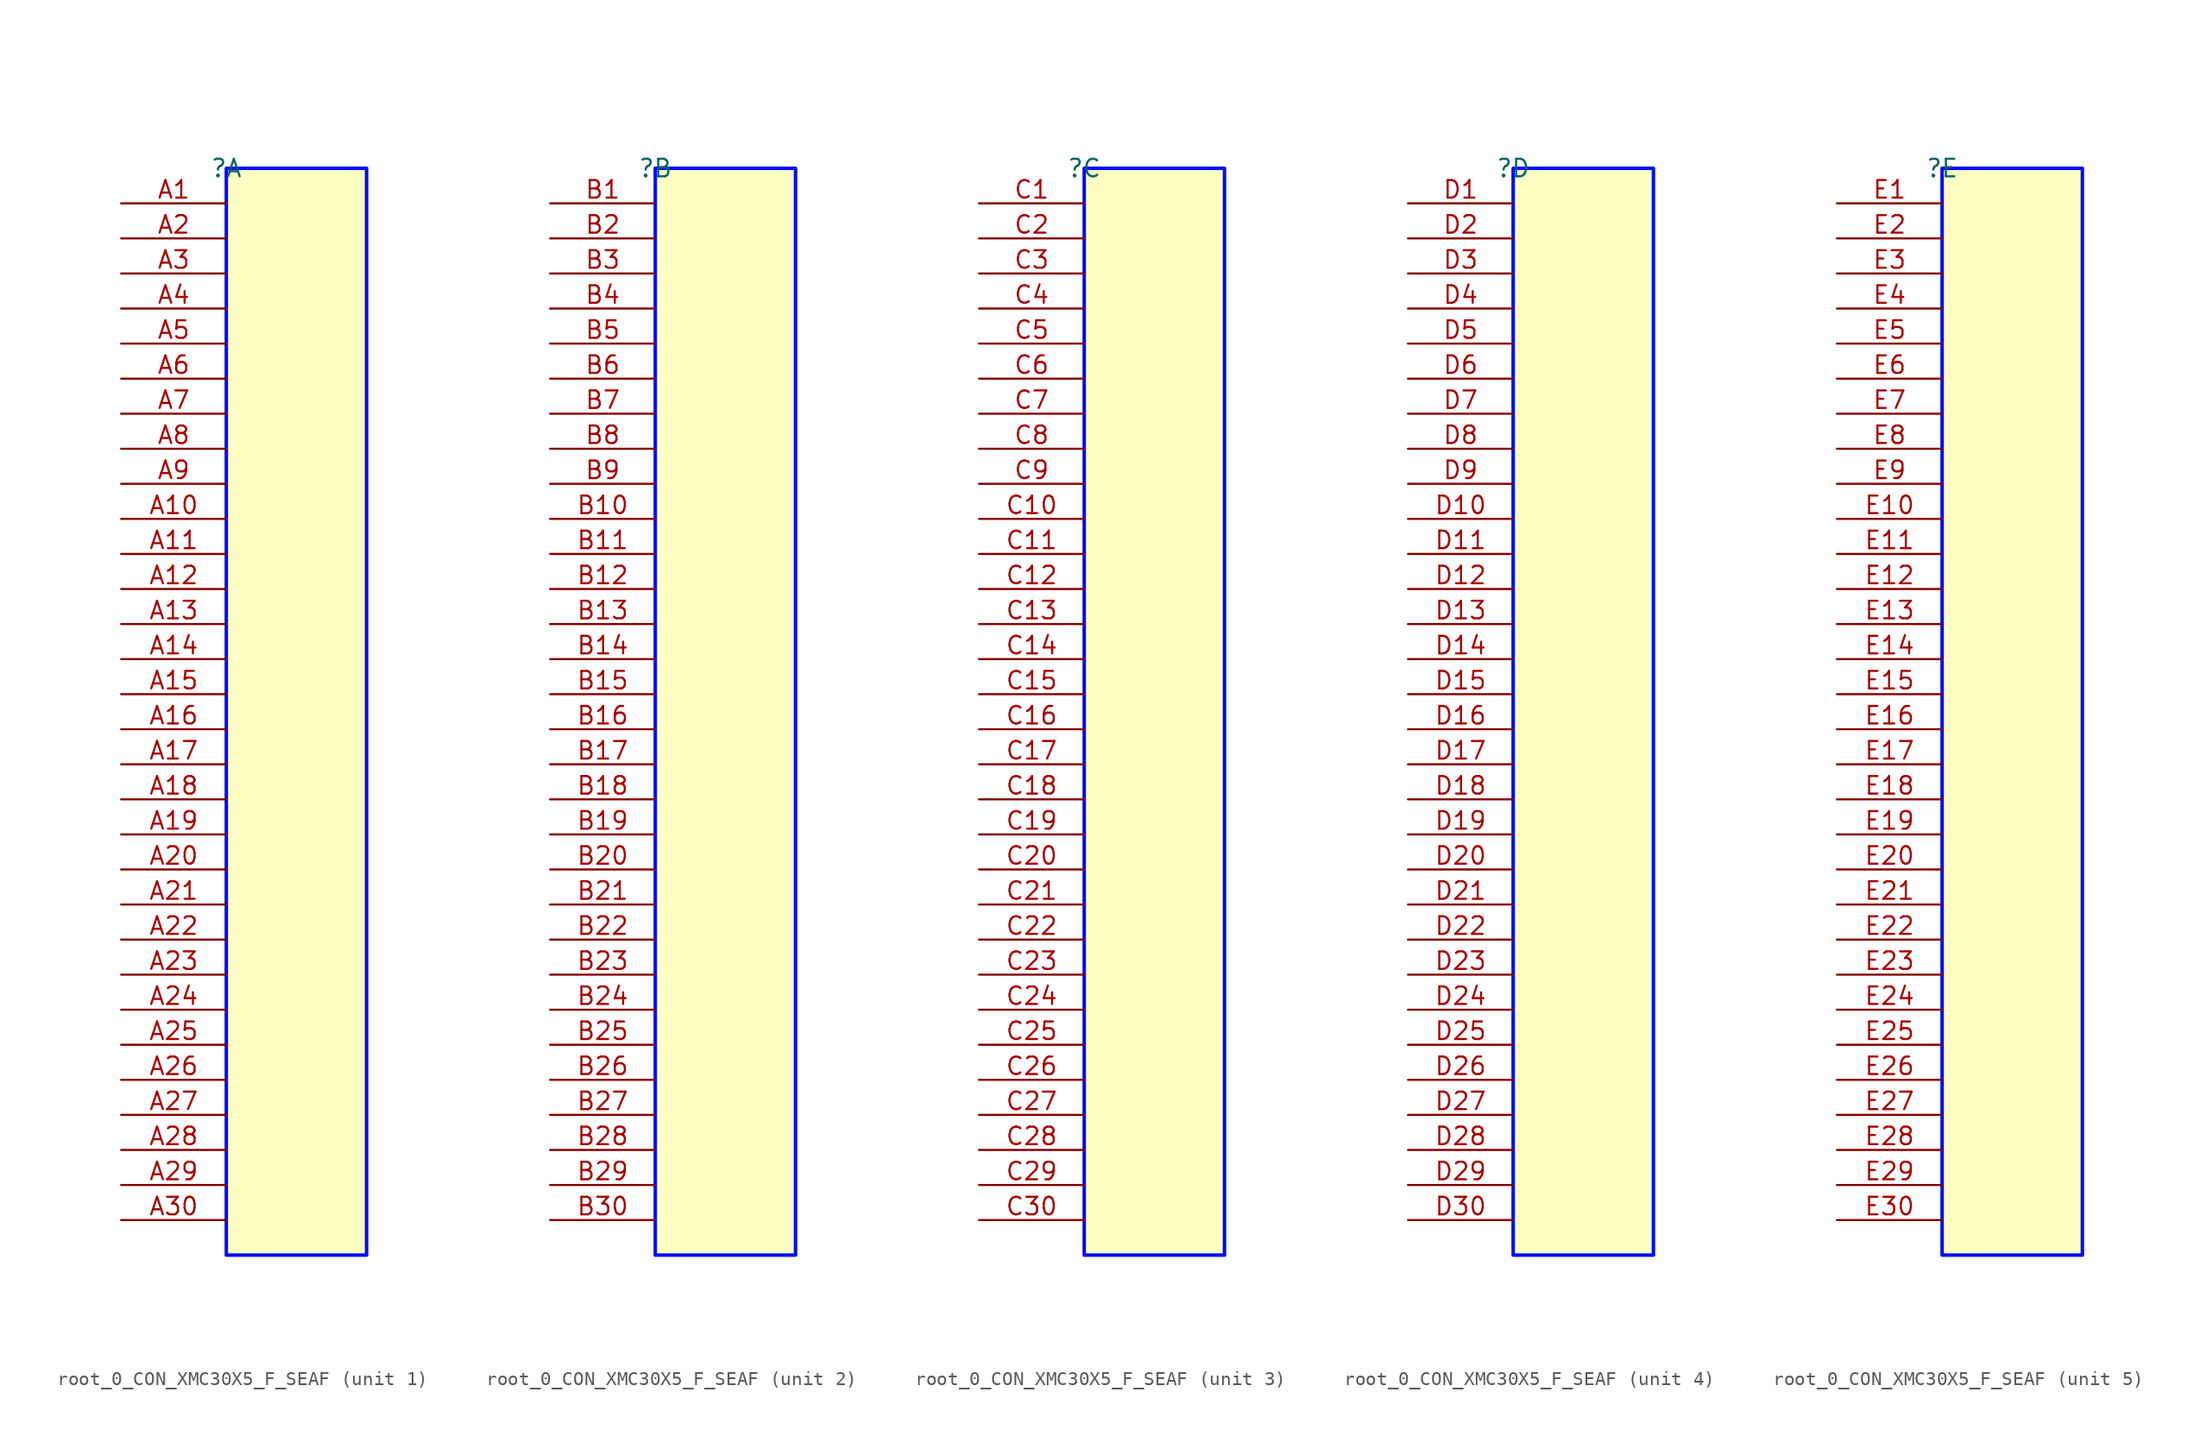
<source format=kicad_sym>
(kicad_symbol_lib
  (version 20231120)
  (generator "kicad_symbol_editor")
  (generator_version "8.0")
  (symbol "root_0_CON_XMC30X5_F_SEAF"
    (property "Reference" ""
      (at 0 0 0)
      (effects (font (size 1.27 1.27))))
    (property "Value" ""
      (at 0 0 0)
      (effects (font (size 1.27 1.27))))
    (symbol "root_0_CON_XMC30X5_F_SEAF_1_0"
      (rectangle (start 10.16 0) (end 0 -78.74) (stroke (width 0.254) (type solid) (color 0 11 255 1)) (fill (type background)))
      (pin passive line (at -7.62 -2.54 0) (length 7.62) (name "A1" (effects (font (size 0 0)))) (number "A1" (effects (font (size 1.27 1.27)))))
      (pin passive line (at -7.62 -25.4 0) (length 7.62) (name "A10" (effects (font (size 0 0)))) (number "A10" (effects (font (size 1.27 1.27)))))
      (pin passive line (at -7.62 -27.94 0) (length 7.62) (name "A11" (effects (font (size 0 0)))) (number "A11" (effects (font (size 1.27 1.27)))))
      (pin passive line (at -7.62 -30.48 0) (length 7.62) (name "A12" (effects (font (size 0 0)))) (number "A12" (effects (font (size 1.27 1.27)))))
      (pin passive line (at -7.62 -33.02 0) (length 7.62) (name "A13" (effects (font (size 0 0)))) (number "A13" (effects (font (size 1.27 1.27)))))
      (pin passive line (at -7.62 -35.56 0) (length 7.62) (name "A14" (effects (font (size 0 0)))) (number "A14" (effects (font (size 1.27 1.27)))))
      (pin passive line (at -7.62 -38.1 0) (length 7.62) (name "A15" (effects (font (size 0 0)))) (number "A15" (effects (font (size 1.27 1.27)))))
      (pin passive line (at -7.62 -40.64 0) (length 7.62) (name "A16" (effects (font (size 0 0)))) (number "A16" (effects (font (size 1.27 1.27)))))
      (pin passive line (at -7.62 -43.18 0) (length 7.62) (name "A17" (effects (font (size 0 0)))) (number "A17" (effects (font (size 1.27 1.27)))))
      (pin passive line (at -7.62 -45.72 0) (length 7.62) (name "A18" (effects (font (size 0 0)))) (number "A18" (effects (font (size 1.27 1.27)))))
      (pin passive line (at -7.62 -48.26 0) (length 7.62) (name "A19" (effects (font (size 0 0)))) (number "A19" (effects (font (size 1.27 1.27)))))
      (pin passive line (at -7.62 -5.08 0) (length 7.62) (name "A2" (effects (font (size 0 0)))) (number "A2" (effects (font (size 1.27 1.27)))))
      (pin passive line (at -7.62 -50.8 0) (length 7.62) (name "A20" (effects (font (size 0 0)))) (number "A20" (effects (font (size 1.27 1.27)))))
      (pin passive line (at -7.62 -53.34 0) (length 7.62) (name "A21" (effects (font (size 0 0)))) (number "A21" (effects (font (size 1.27 1.27)))))
      (pin passive line (at -7.62 -55.88 0) (length 7.62) (name "A22" (effects (font (size 0 0)))) (number "A22" (effects (font (size 1.27 1.27)))))
      (pin passive line (at -7.62 -58.42 0) (length 7.62) (name "A23" (effects (font (size 0 0)))) (number "A23" (effects (font (size 1.27 1.27)))))
      (pin passive line (at -7.62 -60.96 0) (length 7.62) (name "A24" (effects (font (size 0 0)))) (number "A24" (effects (font (size 1.27 1.27)))))
      (pin passive line (at -7.62 -63.5 0) (length 7.62) (name "A25" (effects (font (size 0 0)))) (number "A25" (effects (font (size 1.27 1.27)))))
      (pin passive line (at -7.62 -66.04 0) (length 7.62) (name "A26" (effects (font (size 0 0)))) (number "A26" (effects (font (size 1.27 1.27)))))
      (pin passive line (at -7.62 -68.58 0) (length 7.62) (name "A27" (effects (font (size 0 0)))) (number "A27" (effects (font (size 1.27 1.27)))))
      (pin passive line (at -7.62 -71.12 0) (length 7.62) (name "A28" (effects (font (size 0 0)))) (number "A28" (effects (font (size 1.27 1.27)))))
      (pin passive line (at -7.62 -73.66 0) (length 7.62) (name "A29" (effects (font (size 0 0)))) (number "A29" (effects (font (size 1.27 1.27)))))
      (pin passive line (at -7.62 -7.62 0) (length 7.62) (name "A3" (effects (font (size 0 0)))) (number "A3" (effects (font (size 1.27 1.27)))))
      (pin passive line (at -7.62 -76.2 0) (length 7.62) (name "A30" (effects (font (size 0 0)))) (number "A30" (effects (font (size 1.27 1.27)))))
      (pin passive line (at -7.62 -10.16 0) (length 7.62) (name "A4" (effects (font (size 0 0)))) (number "A4" (effects (font (size 1.27 1.27)))))
      (pin passive line (at -7.62 -12.7 0) (length 7.62) (name "A5" (effects (font (size 0 0)))) (number "A5" (effects (font (size 1.27 1.27)))))
      (pin passive line (at -7.62 -15.24 0) (length 7.62) (name "A6" (effects (font (size 0 0)))) (number "A6" (effects (font (size 1.27 1.27)))))
      (pin passive line (at -7.62 -17.78 0) (length 7.62) (name "A7" (effects (font (size 0 0)))) (number "A7" (effects (font (size 1.27 1.27)))))
      (pin passive line (at -7.62 -20.32 0) (length 7.62) (name "A8" (effects (font (size 0 0)))) (number "A8" (effects (font (size 1.27 1.27)))))
      (pin passive line (at -7.62 -22.86 0) (length 7.62) (name "A9" (effects (font (size 0 0)))) (number "A9" (effects (font (size 1.27 1.27))))))
    (symbol "root_0_CON_XMC30X5_F_SEAF_2_0"
      (rectangle (start 10.16 0) (end 0 -78.74) (stroke (width 0.254) (type solid) (color 0 11 255 1)) (fill (type background)))
      (pin passive line (at -7.62 -2.54 0) (length 7.62) (name "B1" (effects (font (size 0 0)))) (number "B1" (effects (font (size 1.27 1.27)))))
      (pin passive line (at -7.62 -25.4 0) (length 7.62) (name "B10" (effects (font (size 0 0)))) (number "B10" (effects (font (size 1.27 1.27)))))
      (pin passive line (at -7.62 -27.94 0) (length 7.62) (name "B11" (effects (font (size 0 0)))) (number "B11" (effects (font (size 1.27 1.27)))))
      (pin passive line (at -7.62 -30.48 0) (length 7.62) (name "B12" (effects (font (size 0 0)))) (number "B12" (effects (font (size 1.27 1.27)))))
      (pin passive line (at -7.62 -33.02 0) (length 7.62) (name "B13" (effects (font (size 0 0)))) (number "B13" (effects (font (size 1.27 1.27)))))
      (pin passive line (at -7.62 -35.56 0) (length 7.62) (name "B14" (effects (font (size 0 0)))) (number "B14" (effects (font (size 1.27 1.27)))))
      (pin passive line (at -7.62 -38.1 0) (length 7.62) (name "B15" (effects (font (size 0 0)))) (number "B15" (effects (font (size 1.27 1.27)))))
      (pin passive line (at -7.62 -40.64 0) (length 7.62) (name "B16" (effects (font (size 0 0)))) (number "B16" (effects (font (size 1.27 1.27)))))
      (pin passive line (at -7.62 -43.18 0) (length 7.62) (name "B17" (effects (font (size 0 0)))) (number "B17" (effects (font (size 1.27 1.27)))))
      (pin passive line (at -7.62 -45.72 0) (length 7.62) (name "B18" (effects (font (size 0 0)))) (number "B18" (effects (font (size 1.27 1.27)))))
      (pin passive line (at -7.62 -48.26 0) (length 7.62) (name "B19" (effects (font (size 0 0)))) (number "B19" (effects (font (size 1.27 1.27)))))
      (pin passive line (at -7.62 -5.08 0) (length 7.62) (name "B2" (effects (font (size 0 0)))) (number "B2" (effects (font (size 1.27 1.27)))))
      (pin passive line (at -7.62 -50.8 0) (length 7.62) (name "B20" (effects (font (size 0 0)))) (number "B20" (effects (font (size 1.27 1.27)))))
      (pin passive line (at -7.62 -53.34 0) (length 7.62) (name "B21" (effects (font (size 0 0)))) (number "B21" (effects (font (size 1.27 1.27)))))
      (pin passive line (at -7.62 -55.88 0) (length 7.62) (name "B22" (effects (font (size 0 0)))) (number "B22" (effects (font (size 1.27 1.27)))))
      (pin passive line (at -7.62 -58.42 0) (length 7.62) (name "B23" (effects (font (size 0 0)))) (number "B23" (effects (font (size 1.27 1.27)))))
      (pin passive line (at -7.62 -60.96 0) (length 7.62) (name "B24" (effects (font (size 0 0)))) (number "B24" (effects (font (size 1.27 1.27)))))
      (pin passive line (at -7.62 -63.5 0) (length 7.62) (name "B25" (effects (font (size 0 0)))) (number "B25" (effects (font (size 1.27 1.27)))))
      (pin passive line (at -7.62 -66.04 0) (length 7.62) (name "B26" (effects (font (size 0 0)))) (number "B26" (effects (font (size 1.27 1.27)))))
      (pin passive line (at -7.62 -68.58 0) (length 7.62) (name "B27" (effects (font (size 0 0)))) (number "B27" (effects (font (size 1.27 1.27)))))
      (pin passive line (at -7.62 -71.12 0) (length 7.62) (name "B28" (effects (font (size 0 0)))) (number "B28" (effects (font (size 1.27 1.27)))))
      (pin passive line (at -7.62 -73.66 0) (length 7.62) (name "B29" (effects (font (size 0 0)))) (number "B29" (effects (font (size 1.27 1.27)))))
      (pin passive line (at -7.62 -7.62 0) (length 7.62) (name "B3" (effects (font (size 0 0)))) (number "B3" (effects (font (size 1.27 1.27)))))
      (pin passive line (at -7.62 -76.2 0) (length 7.62) (name "B30" (effects (font (size 0 0)))) (number "B30" (effects (font (size 1.27 1.27)))))
      (pin passive line (at -7.62 -10.16 0) (length 7.62) (name "B4" (effects (font (size 0 0)))) (number "B4" (effects (font (size 1.27 1.27)))))
      (pin passive line (at -7.62 -12.7 0) (length 7.62) (name "B5" (effects (font (size 0 0)))) (number "B5" (effects (font (size 1.27 1.27)))))
      (pin passive line (at -7.62 -15.24 0) (length 7.62) (name "B6" (effects (font (size 0 0)))) (number "B6" (effects (font (size 1.27 1.27)))))
      (pin passive line (at -7.62 -17.78 0) (length 7.62) (name "B7" (effects (font (size 0 0)))) (number "B7" (effects (font (size 1.27 1.27)))))
      (pin passive line (at -7.62 -20.32 0) (length 7.62) (name "B8" (effects (font (size 0 0)))) (number "B8" (effects (font (size 1.27 1.27)))))
      (pin passive line (at -7.62 -22.86 0) (length 7.62) (name "B9" (effects (font (size 0 0)))) (number "B9" (effects (font (size 1.27 1.27))))))
    (symbol "root_0_CON_XMC30X5_F_SEAF_3_0"
      (rectangle (start 10.16 0) (end 0 -78.74) (stroke (width 0.254) (type solid) (color 0 11 255 1)) (fill (type background)))
      (pin passive line (at -7.62 -2.54 0) (length 7.62) (name "C1" (effects (font (size 0 0)))) (number "C1" (effects (font (size 1.27 1.27)))))
      (pin passive line (at -7.62 -25.4 0) (length 7.62) (name "C10" (effects (font (size 0 0)))) (number "C10" (effects (font (size 1.27 1.27)))))
      (pin passive line (at -7.62 -27.94 0) (length 7.62) (name "C11" (effects (font (size 0 0)))) (number "C11" (effects (font (size 1.27 1.27)))))
      (pin passive line (at -7.62 -30.48 0) (length 7.62) (name "C12" (effects (font (size 0 0)))) (number "C12" (effects (font (size 1.27 1.27)))))
      (pin passive line (at -7.62 -33.02 0) (length 7.62) (name "C13" (effects (font (size 0 0)))) (number "C13" (effects (font (size 1.27 1.27)))))
      (pin passive line (at -7.62 -35.56 0) (length 7.62) (name "C14" (effects (font (size 0 0)))) (number "C14" (effects (font (size 1.27 1.27)))))
      (pin passive line (at -7.62 -38.1 0) (length 7.62) (name "C15" (effects (font (size 0 0)))) (number "C15" (effects (font (size 1.27 1.27)))))
      (pin passive line (at -7.62 -40.64 0) (length 7.62) (name "C16" (effects (font (size 0 0)))) (number "C16" (effects (font (size 1.27 1.27)))))
      (pin passive line (at -7.62 -43.18 0) (length 7.62) (name "C17" (effects (font (size 0 0)))) (number "C17" (effects (font (size 1.27 1.27)))))
      (pin passive line (at -7.62 -45.72 0) (length 7.62) (name "C18" (effects (font (size 0 0)))) (number "C18" (effects (font (size 1.27 1.27)))))
      (pin passive line (at -7.62 -48.26 0) (length 7.62) (name "C19" (effects (font (size 0 0)))) (number "C19" (effects (font (size 1.27 1.27)))))
      (pin passive line (at -7.62 -5.08 0) (length 7.62) (name "C2" (effects (font (size 0 0)))) (number "C2" (effects (font (size 1.27 1.27)))))
      (pin passive line (at -7.62 -50.8 0) (length 7.62) (name "C20" (effects (font (size 0 0)))) (number "C20" (effects (font (size 1.27 1.27)))))
      (pin passive line (at -7.62 -53.34 0) (length 7.62) (name "C21" (effects (font (size 0 0)))) (number "C21" (effects (font (size 1.27 1.27)))))
      (pin passive line (at -7.62 -55.88 0) (length 7.62) (name "C22" (effects (font (size 0 0)))) (number "C22" (effects (font (size 1.27 1.27)))))
      (pin passive line (at -7.62 -58.42 0) (length 7.62) (name "C23" (effects (font (size 0 0)))) (number "C23" (effects (font (size 1.27 1.27)))))
      (pin passive line (at -7.62 -60.96 0) (length 7.62) (name "C24" (effects (font (size 0 0)))) (number "C24" (effects (font (size 1.27 1.27)))))
      (pin passive line (at -7.62 -63.5 0) (length 7.62) (name "C25" (effects (font (size 0 0)))) (number "C25" (effects (font (size 1.27 1.27)))))
      (pin passive line (at -7.62 -66.04 0) (length 7.62) (name "C26" (effects (font (size 0 0)))) (number "C26" (effects (font (size 1.27 1.27)))))
      (pin passive line (at -7.62 -68.58 0) (length 7.62) (name "C27" (effects (font (size 0 0)))) (number "C27" (effects (font (size 1.27 1.27)))))
      (pin passive line (at -7.62 -71.12 0) (length 7.62) (name "C28" (effects (font (size 0 0)))) (number "C28" (effects (font (size 1.27 1.27)))))
      (pin passive line (at -7.62 -73.66 0) (length 7.62) (name "C29" (effects (font (size 0 0)))) (number "C29" (effects (font (size 1.27 1.27)))))
      (pin passive line (at -7.62 -7.62 0) (length 7.62) (name "C3" (effects (font (size 0 0)))) (number "C3" (effects (font (size 1.27 1.27)))))
      (pin passive line (at -7.62 -76.2 0) (length 7.62) (name "C30" (effects (font (size 0 0)))) (number "C30" (effects (font (size 1.27 1.27)))))
      (pin passive line (at -7.62 -10.16 0) (length 7.62) (name "C4" (effects (font (size 0 0)))) (number "C4" (effects (font (size 1.27 1.27)))))
      (pin passive line (at -7.62 -12.7 0) (length 7.62) (name "C5" (effects (font (size 0 0)))) (number "C5" (effects (font (size 1.27 1.27)))))
      (pin passive line (at -7.62 -15.24 0) (length 7.62) (name "C6" (effects (font (size 0 0)))) (number "C6" (effects (font (size 1.27 1.27)))))
      (pin passive line (at -7.62 -17.78 0) (length 7.62) (name "C7" (effects (font (size 0 0)))) (number "C7" (effects (font (size 1.27 1.27)))))
      (pin passive line (at -7.62 -20.32 0) (length 7.62) (name "C8" (effects (font (size 0 0)))) (number "C8" (effects (font (size 1.27 1.27)))))
      (pin passive line (at -7.62 -22.86 0) (length 7.62) (name "C9" (effects (font (size 0 0)))) (number "C9" (effects (font (size 1.27 1.27))))))
    (symbol "root_0_CON_XMC30X5_F_SEAF_4_0"
      (rectangle (start 10.16 0) (end 0 -78.74) (stroke (width 0.254) (type solid) (color 0 11 255 1)) (fill (type background)))
      (pin passive line (at -7.62 -2.54 0) (length 7.62) (name "D1" (effects (font (size 0 0)))) (number "D1" (effects (font (size 1.27 1.27)))))
      (pin passive line (at -7.62 -25.4 0) (length 7.62) (name "D10" (effects (font (size 0 0)))) (number "D10" (effects (font (size 1.27 1.27)))))
      (pin passive line (at -7.62 -27.94 0) (length 7.62) (name "D11" (effects (font (size 0 0)))) (number "D11" (effects (font (size 1.27 1.27)))))
      (pin passive line (at -7.62 -30.48 0) (length 7.62) (name "D12" (effects (font (size 0 0)))) (number "D12" (effects (font (size 1.27 1.27)))))
      (pin passive line (at -7.62 -33.02 0) (length 7.62) (name "D13" (effects (font (size 0 0)))) (number "D13" (effects (font (size 1.27 1.27)))))
      (pin passive line (at -7.62 -35.56 0) (length 7.62) (name "D14" (effects (font (size 0 0)))) (number "D14" (effects (font (size 1.27 1.27)))))
      (pin passive line (at -7.62 -38.1 0) (length 7.62) (name "D15" (effects (font (size 0 0)))) (number "D15" (effects (font (size 1.27 1.27)))))
      (pin passive line (at -7.62 -40.64 0) (length 7.62) (name "D16" (effects (font (size 0 0)))) (number "D16" (effects (font (size 1.27 1.27)))))
      (pin passive line (at -7.62 -43.18 0) (length 7.62) (name "D17" (effects (font (size 0 0)))) (number "D17" (effects (font (size 1.27 1.27)))))
      (pin passive line (at -7.62 -45.72 0) (length 7.62) (name "D18" (effects (font (size 0 0)))) (number "D18" (effects (font (size 1.27 1.27)))))
      (pin passive line (at -7.62 -48.26 0) (length 7.62) (name "D19" (effects (font (size 0 0)))) (number "D19" (effects (font (size 1.27 1.27)))))
      (pin passive line (at -7.62 -5.08 0) (length 7.62) (name "D2" (effects (font (size 0 0)))) (number "D2" (effects (font (size 1.27 1.27)))))
      (pin passive line (at -7.62 -50.8 0) (length 7.62) (name "D20" (effects (font (size 0 0)))) (number "D20" (effects (font (size 1.27 1.27)))))
      (pin passive line (at -7.62 -53.34 0) (length 7.62) (name "D21" (effects (font (size 0 0)))) (number "D21" (effects (font (size 1.27 1.27)))))
      (pin passive line (at -7.62 -55.88 0) (length 7.62) (name "D22" (effects (font (size 0 0)))) (number "D22" (effects (font (size 1.27 1.27)))))
      (pin passive line (at -7.62 -58.42 0) (length 7.62) (name "D23" (effects (font (size 0 0)))) (number "D23" (effects (font (size 1.27 1.27)))))
      (pin passive line (at -7.62 -60.96 0) (length 7.62) (name "D24" (effects (font (size 0 0)))) (number "D24" (effects (font (size 1.27 1.27)))))
      (pin passive line (at -7.62 -63.5 0) (length 7.62) (name "D25" (effects (font (size 0 0)))) (number "D25" (effects (font (size 1.27 1.27)))))
      (pin passive line (at -7.62 -66.04 0) (length 7.62) (name "D26" (effects (font (size 0 0)))) (number "D26" (effects (font (size 1.27 1.27)))))
      (pin passive line (at -7.62 -68.58 0) (length 7.62) (name "D27" (effects (font (size 0 0)))) (number "D27" (effects (font (size 1.27 1.27)))))
      (pin passive line (at -7.62 -71.12 0) (length 7.62) (name "D28" (effects (font (size 0 0)))) (number "D28" (effects (font (size 1.27 1.27)))))
      (pin passive line (at -7.62 -73.66 0) (length 7.62) (name "D29" (effects (font (size 0 0)))) (number "D29" (effects (font (size 1.27 1.27)))))
      (pin passive line (at -7.62 -7.62 0) (length 7.62) (name "D3" (effects (font (size 0 0)))) (number "D3" (effects (font (size 1.27 1.27)))))
      (pin passive line (at -7.62 -76.2 0) (length 7.62) (name "D30" (effects (font (size 0 0)))) (number "D30" (effects (font (size 1.27 1.27)))))
      (pin passive line (at -7.62 -10.16 0) (length 7.62) (name "D4" (effects (font (size 0 0)))) (number "D4" (effects (font (size 1.27 1.27)))))
      (pin passive line (at -7.62 -12.7 0) (length 7.62) (name "D5" (effects (font (size 0 0)))) (number "D5" (effects (font (size 1.27 1.27)))))
      (pin passive line (at -7.62 -15.24 0) (length 7.62) (name "D6" (effects (font (size 0 0)))) (number "D6" (effects (font (size 1.27 1.27)))))
      (pin passive line (at -7.62 -17.78 0) (length 7.62) (name "D7" (effects (font (size 0 0)))) (number "D7" (effects (font (size 1.27 1.27)))))
      (pin passive line (at -7.62 -20.32 0) (length 7.62) (name "D8" (effects (font (size 0 0)))) (number "D8" (effects (font (size 1.27 1.27)))))
      (pin passive line (at -7.62 -22.86 0) (length 7.62) (name "D9" (effects (font (size 0 0)))) (number "D9" (effects (font (size 1.27 1.27))))))
    (symbol "root_0_CON_XMC30X5_F_SEAF_5_0"
      (rectangle (start 10.16 0) (end 0 -78.74) (stroke (width 0.254) (type solid) (color 0 11 255 1)) (fill (type background)))
      (pin passive line (at -7.62 -2.54 0) (length 7.62) (name "E1" (effects (font (size 0 0)))) (number "E1" (effects (font (size 1.27 1.27)))))
      (pin passive line (at -7.62 -25.4 0) (length 7.62) (name "E10" (effects (font (size 0 0)))) (number "E10" (effects (font (size 1.27 1.27)))))
      (pin passive line (at -7.62 -27.94 0) (length 7.62) (name "E11" (effects (font (size 0 0)))) (number "E11" (effects (font (size 1.27 1.27)))))
      (pin passive line (at -7.62 -30.48 0) (length 7.62) (name "E12" (effects (font (size 0 0)))) (number "E12" (effects (font (size 1.27 1.27)))))
      (pin passive line (at -7.62 -33.02 0) (length 7.62) (name "E13" (effects (font (size 0 0)))) (number "E13" (effects (font (size 1.27 1.27)))))
      (pin passive line (at -7.62 -35.56 0) (length 7.62) (name "E14" (effects (font (size 0 0)))) (number "E14" (effects (font (size 1.27 1.27)))))
      (pin passive line (at -7.62 -38.1 0) (length 7.62) (name "E15" (effects (font (size 0 0)))) (number "E15" (effects (font (size 1.27 1.27)))))
      (pin passive line (at -7.62 -40.64 0) (length 7.62) (name "E16" (effects (font (size 0 0)))) (number "E16" (effects (font (size 1.27 1.27)))))
      (pin passive line (at -7.62 -43.18 0) (length 7.62) (name "E17" (effects (font (size 0 0)))) (number "E17" (effects (font (size 1.27 1.27)))))
      (pin passive line (at -7.62 -45.72 0) (length 7.62) (name "E18" (effects (font (size 0 0)))) (number "E18" (effects (font (size 1.27 1.27)))))
      (pin passive line (at -7.62 -48.26 0) (length 7.62) (name "E19" (effects (font (size 0 0)))) (number "E19" (effects (font (size 1.27 1.27)))))
      (pin passive line (at -7.62 -5.08 0) (length 7.62) (name "E2" (effects (font (size 0 0)))) (number "E2" (effects (font (size 1.27 1.27)))))
      (pin passive line (at -7.62 -50.8 0) (length 7.62) (name "E20" (effects (font (size 0 0)))) (number "E20" (effects (font (size 1.27 1.27)))))
      (pin passive line (at -7.62 -53.34 0) (length 7.62) (name "E21" (effects (font (size 0 0)))) (number "E21" (effects (font (size 1.27 1.27)))))
      (pin passive line (at -7.62 -55.88 0) (length 7.62) (name "E22" (effects (font (size 0 0)))) (number "E22" (effects (font (size 1.27 1.27)))))
      (pin passive line (at -7.62 -58.42 0) (length 7.62) (name "E23" (effects (font (size 0 0)))) (number "E23" (effects (font (size 1.27 1.27)))))
      (pin passive line (at -7.62 -60.96 0) (length 7.62) (name "E24" (effects (font (size 0 0)))) (number "E24" (effects (font (size 1.27 1.27)))))
      (pin passive line (at -7.62 -63.5 0) (length 7.62) (name "E25" (effects (font (size 0 0)))) (number "E25" (effects (font (size 1.27 1.27)))))
      (pin passive line (at -7.62 -66.04 0) (length 7.62) (name "E26" (effects (font (size 0 0)))) (number "E26" (effects (font (size 1.27 1.27)))))
      (pin passive line (at -7.62 -68.58 0) (length 7.62) (name "E27" (effects (font (size 0 0)))) (number "E27" (effects (font (size 1.27 1.27)))))
      (pin passive line (at -7.62 -71.12 0) (length 7.62) (name "E28" (effects (font (size 0 0)))) (number "E28" (effects (font (size 1.27 1.27)))))
      (pin passive line (at -7.62 -73.66 0) (length 7.62) (name "E29" (effects (font (size 0 0)))) (number "E29" (effects (font (size 1.27 1.27)))))
      (pin passive line (at -7.62 -7.62 0) (length 7.62) (name "E3" (effects (font (size 0 0)))) (number "E3" (effects (font (size 1.27 1.27)))))
      (pin passive line (at -7.62 -76.2 0) (length 7.62) (name "E30" (effects (font (size 0 0)))) (number "E30" (effects (font (size 1.27 1.27)))))
      (pin passive line (at -7.62 -10.16 0) (length 7.62) (name "E4" (effects (font (size 0 0)))) (number "E4" (effects (font (size 1.27 1.27)))))
      (pin passive line (at -7.62 -12.7 0) (length 7.62) (name "E5" (effects (font (size 0 0)))) (number "E5" (effects (font (size 1.27 1.27)))))
      (pin passive line (at -7.62 -15.24 0) (length 7.62) (name "E6" (effects (font (size 0 0)))) (number "E6" (effects (font (size 1.27 1.27)))))
      (pin passive line (at -7.62 -17.78 0) (length 7.62) (name "E7" (effects (font (size 0 0)))) (number "E7" (effects (font (size 1.27 1.27)))))
      (pin passive line (at -7.62 -20.32 0) (length 7.62) (name "E8" (effects (font (size 0 0)))) (number "E8" (effects (font (size 1.27 1.27)))))
      (pin passive line (at -7.62 -22.86 0) (length 7.62) (name "E9" (effects (font (size 0 0)))) (number "E9" (effects (font (size 1.27 1.27))))))))
</source>
